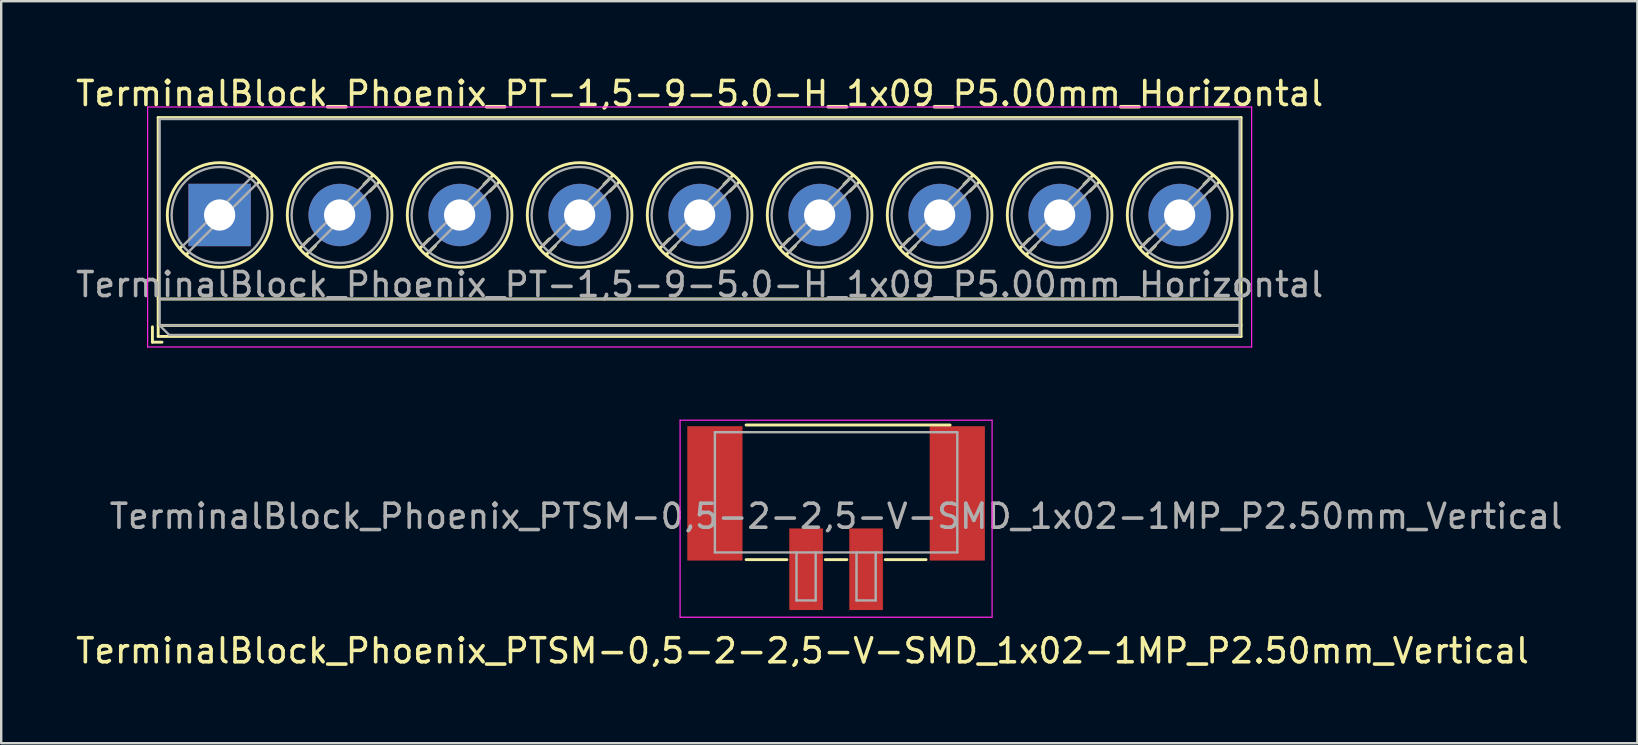
<source format=kicad_pcb>
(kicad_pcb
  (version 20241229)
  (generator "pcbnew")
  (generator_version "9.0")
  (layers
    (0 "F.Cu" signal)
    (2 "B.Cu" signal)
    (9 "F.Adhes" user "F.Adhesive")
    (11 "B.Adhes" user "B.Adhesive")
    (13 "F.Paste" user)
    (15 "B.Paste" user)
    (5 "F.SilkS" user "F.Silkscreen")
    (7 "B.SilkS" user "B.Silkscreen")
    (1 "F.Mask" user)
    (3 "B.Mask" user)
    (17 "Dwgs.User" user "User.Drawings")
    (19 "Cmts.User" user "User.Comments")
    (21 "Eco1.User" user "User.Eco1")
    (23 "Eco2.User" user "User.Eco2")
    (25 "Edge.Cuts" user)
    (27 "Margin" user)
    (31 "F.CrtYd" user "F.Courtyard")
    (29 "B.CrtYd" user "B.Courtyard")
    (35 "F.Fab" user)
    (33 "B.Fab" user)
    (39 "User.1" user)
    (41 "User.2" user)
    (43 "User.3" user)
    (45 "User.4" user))
  (footprint "TerminalBlock_Phoenix_PTSM-0,5-2-2,5-V-SMD_1x02-1MP_P2.50mm_Vertical"
    (layer "F.Cu")
    (at 31.787 18.538)
    (property "Reference" "TerminalBlock_Phoenix_PTSM-0,5-2-2,5-V-SMD_1x02-1MP_P2.50mm_Vertical" (at -1.4 5.53 0) (layer "F.SilkS") (effects (font (size 1 1) (thickness 0.15))))
    (attr smd)
    (fp_line (start -3.75 -3.88) (end 4.75 -3.88) (stroke (width 0.12) (type solid)) (layer "F.SilkS"))
    (fp_line (start -2.05 1.73) (end -3.75 1.73) (stroke (width 0.12) (type solid)) (layer "F.SilkS"))
    (fp_line (start 0.45 1.73) (end -0.45 1.73) (stroke (width 0.12) (type solid)) (layer "F.SilkS"))
    (fp_line (start 3.75 1.73) (end 2.05 1.73) (stroke (width 0.12) (type solid)) (layer "F.SilkS"))
    (fp_line (start -6.5 -4.08) (end 6.5 -4.08) (stroke (width 0.05) (type solid)) (layer "F.CrtYd"))
    (fp_line (start -6.5 4.13) (end -6.5 -4.08) (stroke (width 0.05) (type solid)) (layer "F.CrtYd"))
    (fp_line (start 6.5 -4.08) (end 6.5 4.13) (stroke (width 0.05) (type solid)) (layer "F.CrtYd"))
    (fp_line (start 6.5 4.13) (end -6.5 4.13) (stroke (width 0.05) (type solid)) (layer "F.CrtYd"))
    (fp_line (start -5.05 -3.58) (end 5.05 -3.58) (stroke (width 0.1) (type solid)) (layer "F.Fab"))
    (fp_line (start -5.05 1.43) (end -5.05 -3.58) (stroke (width 0.1) (type solid)) (layer "F.Fab"))
    (fp_line (start -1.65 1.43) (end -1.65 3.43) (stroke (width 0.1) (type solid)) (layer "F.Fab"))
    (fp_line (start -1.65 3.43) (end -0.85 3.43) (stroke (width 0.1) (type solid)) (layer "F.Fab"))
    (fp_line (start -0.85 1.43) (end -0.85 3.43) (stroke (width 0.1) (type solid)) (layer "F.Fab"))
    (fp_line (start 0.85 1.43) (end 0.85 3.43) (stroke (width 0.1) (type solid)) (layer "F.Fab"))
    (fp_line (start 0.85 3.43) (end 1.65 3.43) (stroke (width 0.1) (type solid)) (layer "F.Fab"))
    (fp_line (start 1.65 1.43) (end 1.65 3.43) (stroke (width 0.1) (type solid)) (layer "F.Fab"))
    (fp_line (start 5.05 1.43) (end -5.05 1.43) (stroke (width 0.1) (type solid)) (layer "F.Fab"))
    (fp_line (start 5.05 1.43) (end 5.05 -3.58) (stroke (width 0.1) (type solid)) (layer "F.Fab"))
    (fp_text user "${REFERENCE}" (at 0 -0.075 0) (layer "F.Fab") (effects (font (size 1 1) (thickness 0.15))))
    (pad "1" smd rect (at -1.25 2.13 180) (size 1.4 3.4) (layers "F.Cu" "F.Mask" "F.Paste"))
    (pad "2" smd rect (at 1.25 2.13 180) (size 1.4 3.4) (layers "F.Cu" "F.Mask" "F.Paste"))
    (pad "MP" smd rect (at -5.05 -1.03 180) (size 2.3 5.6) (layers "F.Cu" "F.Mask" "F.Paste"))
    (pad "MP" smd rect (at 5.05 -1.03 180) (size 2.3 5.6) (layers "F.Cu" "F.Mask" "F.Paste")))
  (footprint "TerminalBlock_Phoenix_PT-1,5-9-5.0-H_1x09_P5.00mm_Horizontal"
    (layer "F.Cu")
    (at 6.101 5.908)
    (property "Reference" "TerminalBlock_Phoenix_PT-1,5-9-5.0-H_1x09_P5.00mm_Horizontal" (at 20 -5.06 0) (layer "F.SilkS") (effects (font (size 1 1) (thickness 0.15))))
    (attr through_hole)
    (fp_line (start -2.8 4.66) (end -2.8 5.3) (stroke (width 0.12) (type solid)) (layer "F.SilkS"))
    (fp_line (start -2.8 5.3) (end -2.4 5.3) (stroke (width 0.12) (type solid)) (layer "F.SilkS"))
    (fp_line (start -2.56 -4.06) (end -2.56 5.06) (stroke (width 0.12) (type solid)) (layer "F.SilkS"))
    (fp_line (start -2.56 -4.06) (end 42.56 -4.06) (stroke (width 0.12) (type solid)) (layer "F.SilkS"))
    (fp_line (start -2.56 3.5) (end 42.56 3.5) (stroke (width 0.12) (type solid)) (layer "F.SilkS"))
    (fp_line (start -2.56 4.6) (end 42.56 4.6) (stroke (width 0.12) (type solid)) (layer "F.SilkS"))
    (fp_line (start -2.56 5.06) (end 42.56 5.06) (stroke (width 0.12) (type solid)) (layer "F.SilkS"))
    (fp_line (start -1.548 1.281) (end -1.654 1.388) (stroke (width 0.12) (type solid)) (layer "F.SilkS"))
    (fp_line (start -1.282 1.547) (end -1.388 1.654) (stroke (width 0.12) (type solid)) (layer "F.SilkS"))
    (fp_line (start 1.388 -1.654) (end 1.281 -1.547) (stroke (width 0.12) (type solid)) (layer "F.SilkS"))
    (fp_line (start 1.654 -1.388) (end 1.547 -1.281) (stroke (width 0.12) (type solid)) (layer "F.SilkS"))
    (fp_line (start 3.742 0.992) (end 3.347 1.388) (stroke (width 0.12) (type solid)) (layer "F.SilkS"))
    (fp_line (start 3.993 1.274) (end 3.613 1.654) (stroke (width 0.12) (type solid)) (layer "F.SilkS"))
    (fp_line (start 6.388 -1.654) (end 6.008 -1.274) (stroke (width 0.12) (type solid)) (layer "F.SilkS"))
    (fp_line (start 6.654 -1.388) (end 6.259 -0.992) (stroke (width 0.12) (type solid)) (layer "F.SilkS"))
    (fp_line (start 8.742 0.992) (end 8.347 1.388) (stroke (width 0.12) (type solid)) (layer "F.SilkS"))
    (fp_line (start 8.993 1.274) (end 8.613 1.654) (stroke (width 0.12) (type solid)) (layer "F.SilkS"))
    (fp_line (start 11.388 -1.654) (end 11.008 -1.274) (stroke (width 0.12) (type solid)) (layer "F.SilkS"))
    (fp_line (start 11.654 -1.388) (end 11.259 -0.992) (stroke (width 0.12) (type solid)) (layer "F.SilkS"))
    (fp_line (start 13.742 0.992) (end 13.347 1.388) (stroke (width 0.12) (type solid)) (layer "F.SilkS"))
    (fp_line (start 13.993 1.274) (end 13.613 1.654) (stroke (width 0.12) (type solid)) (layer "F.SilkS"))
    (fp_line (start 16.388 -1.654) (end 16.008 -1.274) (stroke (width 0.12) (type solid)) (layer "F.SilkS"))
    (fp_line (start 16.654 -1.388) (end 16.259 -0.992) (stroke (width 0.12) (type solid)) (layer "F.SilkS"))
    (fp_line (start 18.742 0.992) (end 18.347 1.388) (stroke (width 0.12) (type solid)) (layer "F.SilkS"))
    (fp_line (start 18.993 1.274) (end 18.613 1.654) (stroke (width 0.12) (type solid)) (layer "F.SilkS"))
    (fp_line (start 21.388 -1.654) (end 21.008 -1.274) (stroke (width 0.12) (type solid)) (layer "F.SilkS"))
    (fp_line (start 21.654 -1.388) (end 21.259 -0.992) (stroke (width 0.12) (type solid)) (layer "F.SilkS"))
    (fp_line (start 23.742 0.992) (end 23.347 1.388) (stroke (width 0.12) (type solid)) (layer "F.SilkS"))
    (fp_line (start 23.993 1.274) (end 23.613 1.654) (stroke (width 0.12) (type solid)) (layer "F.SilkS"))
    (fp_line (start 26.388 -1.654) (end 26.008 -1.274) (stroke (width 0.12) (type solid)) (layer "F.SilkS"))
    (fp_line (start 26.654 -1.388) (end 26.259 -0.992) (stroke (width 0.12) (type solid)) (layer "F.SilkS"))
    (fp_line (start 28.742 0.992) (end 28.347 1.388) (stroke (width 0.12) (type solid)) (layer "F.SilkS"))
    (fp_line (start 28.993 1.274) (end 28.613 1.654) (stroke (width 0.12) (type solid)) (layer "F.SilkS"))
    (fp_line (start 31.388 -1.654) (end 31.008 -1.274) (stroke (width 0.12) (type solid)) (layer "F.SilkS"))
    (fp_line (start 31.654 -1.388) (end 31.259 -0.992) (stroke (width 0.12) (type solid)) (layer "F.SilkS"))
    (fp_line (start 33.742 0.992) (end 33.347 1.388) (stroke (width 0.12) (type solid)) (layer "F.SilkS"))
    (fp_line (start 33.993 1.274) (end 33.613 1.654) (stroke (width 0.12) (type solid)) (layer "F.SilkS"))
    (fp_line (start 36.388 -1.654) (end 36.008 -1.274) (stroke (width 0.12) (type solid)) (layer "F.SilkS"))
    (fp_line (start 36.654 -1.388) (end 36.259 -0.992) (stroke (width 0.12) (type solid)) (layer "F.SilkS"))
    (fp_line (start 38.742 0.992) (end 38.347 1.388) (stroke (width 0.12) (type solid)) (layer "F.SilkS"))
    (fp_line (start 38.993 1.274) (end 38.613 1.654) (stroke (width 0.12) (type solid)) (layer "F.SilkS"))
    (fp_line (start 41.388 -1.654) (end 41.008 -1.274) (stroke (width 0.12) (type solid)) (layer "F.SilkS"))
    (fp_line (start 41.654 -1.388) (end 41.259 -0.992) (stroke (width 0.12) (type solid)) (layer "F.SilkS"))
    (fp_line (start 42.56 -4.06) (end 42.56 5.06) (stroke (width 0.12) (type solid)) (layer "F.SilkS"))
    (fp_circle (center 0 0) (end 2.18 0) (stroke (width 0.12) (type solid)) (fill no) (layer "F.SilkS"))
    (fp_circle (center 5 0) (end 7.18 0) (stroke (width 0.12) (type solid)) (fill no) (layer "F.SilkS"))
    (fp_circle (center 10 0) (end 12.18 0) (stroke (width 0.12) (type solid)) (fill no) (layer "F.SilkS"))
    (fp_circle (center 15 0) (end 17.18 0) (stroke (width 0.12) (type solid)) (fill no) (layer "F.SilkS"))
    (fp_circle (center 20 0) (end 22.18 0) (stroke (width 0.12) (type solid)) (fill no) (layer "F.SilkS"))
    (fp_circle (center 25 0) (end 27.18 0) (stroke (width 0.12) (type solid)) (fill no) (layer "F.SilkS"))
    (fp_circle (center 30 0) (end 32.18 0) (stroke (width 0.12) (type solid)) (fill no) (layer "F.SilkS"))
    (fp_circle (center 35 0) (end 37.18 0) (stroke (width 0.12) (type solid)) (fill no) (layer "F.SilkS"))
    (fp_circle (center 40 0) (end 42.18 0) (stroke (width 0.12) (type solid)) (fill no) (layer "F.SilkS"))
    (fp_line (start -3 -4.5) (end -3 5.5) (stroke (width 0.05) (type solid)) (layer "F.CrtYd"))
    (fp_line (start -3 5.5) (end 43 5.5) (stroke (width 0.05) (type solid)) (layer "F.CrtYd"))
    (fp_line (start 43 -4.5) (end -3 -4.5) (stroke (width 0.05) (type solid)) (layer "F.CrtYd"))
    (fp_line (start 43 5.5) (end 43 -4.5) (stroke (width 0.05) (type solid)) (layer "F.CrtYd"))
    (fp_line (start -2.5 -4) (end 42.5 -4) (stroke (width 0.1) (type solid)) (layer "F.Fab"))
    (fp_line (start -2.5 3.5) (end 42.5 3.5) (stroke (width 0.1) (type solid)) (layer "F.Fab"))
    (fp_line (start -2.5 4.6) (end -2.5 -4) (stroke (width 0.1) (type solid)) (layer "F.Fab"))
    (fp_line (start -2.5 4.6) (end 42.5 4.6) (stroke (width 0.1) (type solid)) (layer "F.Fab"))
    (fp_line (start -2.1 5) (end -2.5 4.6) (stroke (width 0.1) (type solid)) (layer "F.Fab"))
    (fp_line (start 1.273 -1.517) (end -1.517 1.273) (stroke (width 0.1) (type solid)) (layer "F.Fab"))
    (fp_line (start 1.517 -1.273) (end -1.273 1.517) (stroke (width 0.1) (type solid)) (layer "F.Fab"))
    (fp_line (start 6.273 -1.517) (end 3.484 1.273) (stroke (width 0.1) (type solid)) (layer "F.Fab"))
    (fp_line (start 6.517 -1.273) (end 3.728 1.517) (stroke (width 0.1) (type solid)) (layer "F.Fab"))
    (fp_line (start 11.273 -1.517) (end 8.484 1.273) (stroke (width 0.1) (type solid)) (layer "F.Fab"))
    (fp_line (start 11.517 -1.273) (end 8.728 1.517) (stroke (width 0.1) (type solid)) (layer "F.Fab"))
    (fp_line (start 16.273 -1.517) (end 13.484 1.273) (stroke (width 0.1) (type solid)) (layer "F.Fab"))
    (fp_line (start 16.517 -1.273) (end 13.728 1.517) (stroke (width 0.1) (type solid)) (layer "F.Fab"))
    (fp_line (start 21.273 -1.517) (end 18.484 1.273) (stroke (width 0.1) (type solid)) (layer "F.Fab"))
    (fp_line (start 21.517 -1.273) (end 18.728 1.517) (stroke (width 0.1) (type solid)) (layer "F.Fab"))
    (fp_line (start 26.273 -1.517) (end 23.484 1.273) (stroke (width 0.1) (type solid)) (layer "F.Fab"))
    (fp_line (start 26.517 -1.273) (end 23.728 1.517) (stroke (width 0.1) (type solid)) (layer "F.Fab"))
    (fp_line (start 31.273 -1.517) (end 28.484 1.273) (stroke (width 0.1) (type solid)) (layer "F.Fab"))
    (fp_line (start 31.517 -1.273) (end 28.728 1.517) (stroke (width 0.1) (type solid)) (layer "F.Fab"))
    (fp_line (start 36.273 -1.517) (end 33.484 1.273) (stroke (width 0.1) (type solid)) (layer "F.Fab"))
    (fp_line (start 36.517 -1.273) (end 33.728 1.517) (stroke (width 0.1) (type solid)) (layer "F.Fab"))
    (fp_line (start 41.273 -1.517) (end 38.484 1.273) (stroke (width 0.1) (type solid)) (layer "F.Fab"))
    (fp_line (start 41.517 -1.273) (end 38.728 1.517) (stroke (width 0.1) (type solid)) (layer "F.Fab"))
    (fp_line (start 42.5 -4) (end 42.5 5) (stroke (width 0.1) (type solid)) (layer "F.Fab"))
    (fp_line (start 42.5 5) (end -2.1 5) (stroke (width 0.1) (type solid)) (layer "F.Fab"))
    (fp_circle (center 0 0) (end 2 0) (stroke (width 0.1) (type solid)) (fill no) (layer "F.Fab"))
    (fp_circle (center 5 0) (end 7 0) (stroke (width 0.1) (type solid)) (fill no) (layer "F.Fab"))
    (fp_circle (center 10 0) (end 12 0) (stroke (width 0.1) (type solid)) (fill no) (layer "F.Fab"))
    (fp_circle (center 15 0) (end 17 0) (stroke (width 0.1) (type solid)) (fill no) (layer "F.Fab"))
    (fp_circle (center 20 0) (end 22 0) (stroke (width 0.1) (type solid)) (fill no) (layer "F.Fab"))
    (fp_circle (center 25 0) (end 27 0) (stroke (width 0.1) (type solid)) (fill no) (layer "F.Fab"))
    (fp_circle (center 30 0) (end 32 0) (stroke (width 0.1) (type solid)) (fill no) (layer "F.Fab"))
    (fp_circle (center 35 0) (end 37 0) (stroke (width 0.1) (type solid)) (fill no) (layer "F.Fab"))
    (fp_circle (center 40 0) (end 42 0) (stroke (width 0.1) (type solid)) (fill no) (layer "F.Fab"))
    (fp_text user "${REFERENCE}" (at 20 2.9 0) (layer "F.Fab") (effects (font (size 1 1) (thickness 0.15))))
    (pad "1" thru_hole rect (at 0 0) (size 2.6 2.6) (drill 1.3) (layers "*.Cu" "*.Mask"))
    (pad "2" thru_hole circle (at 5 0) (size 2.6 2.6) (drill 1.3) (layers "*.Cu" "*.Mask"))
    (pad "3" thru_hole circle (at 10 0) (size 2.6 2.6) (drill 1.3) (layers "*.Cu" "*.Mask"))
    (pad "4" thru_hole circle (at 15 0) (size 2.6 2.6) (drill 1.3) (layers "*.Cu" "*.Mask"))
    (pad "5" thru_hole circle (at 20 0) (size 2.6 2.6) (drill 1.3) (layers "*.Cu" "*.Mask"))
    (pad "6" thru_hole circle (at 25 0) (size 2.6 2.6) (drill 1.3) (layers "*.Cu" "*.Mask"))
    (pad "7" thru_hole circle (at 30 0) (size 2.6 2.6) (drill 1.3) (layers "*.Cu" "*.Mask"))
    (pad "8" thru_hole circle (at 35 0) (size 2.6 2.6) (drill 1.3) (layers "*.Cu" "*.Mask"))
    (pad "9" thru_hole circle (at 40 0) (size 2.6 2.6) (drill 1.3) (layers "*.Cu" "*.Mask")))
  (gr_rect
    (start -3 -3)
    (end 65.174 27.916)
    (stroke (width 0.1) (type default))
    (fill no)
    (layer "Edge.Cuts")))
</source>
